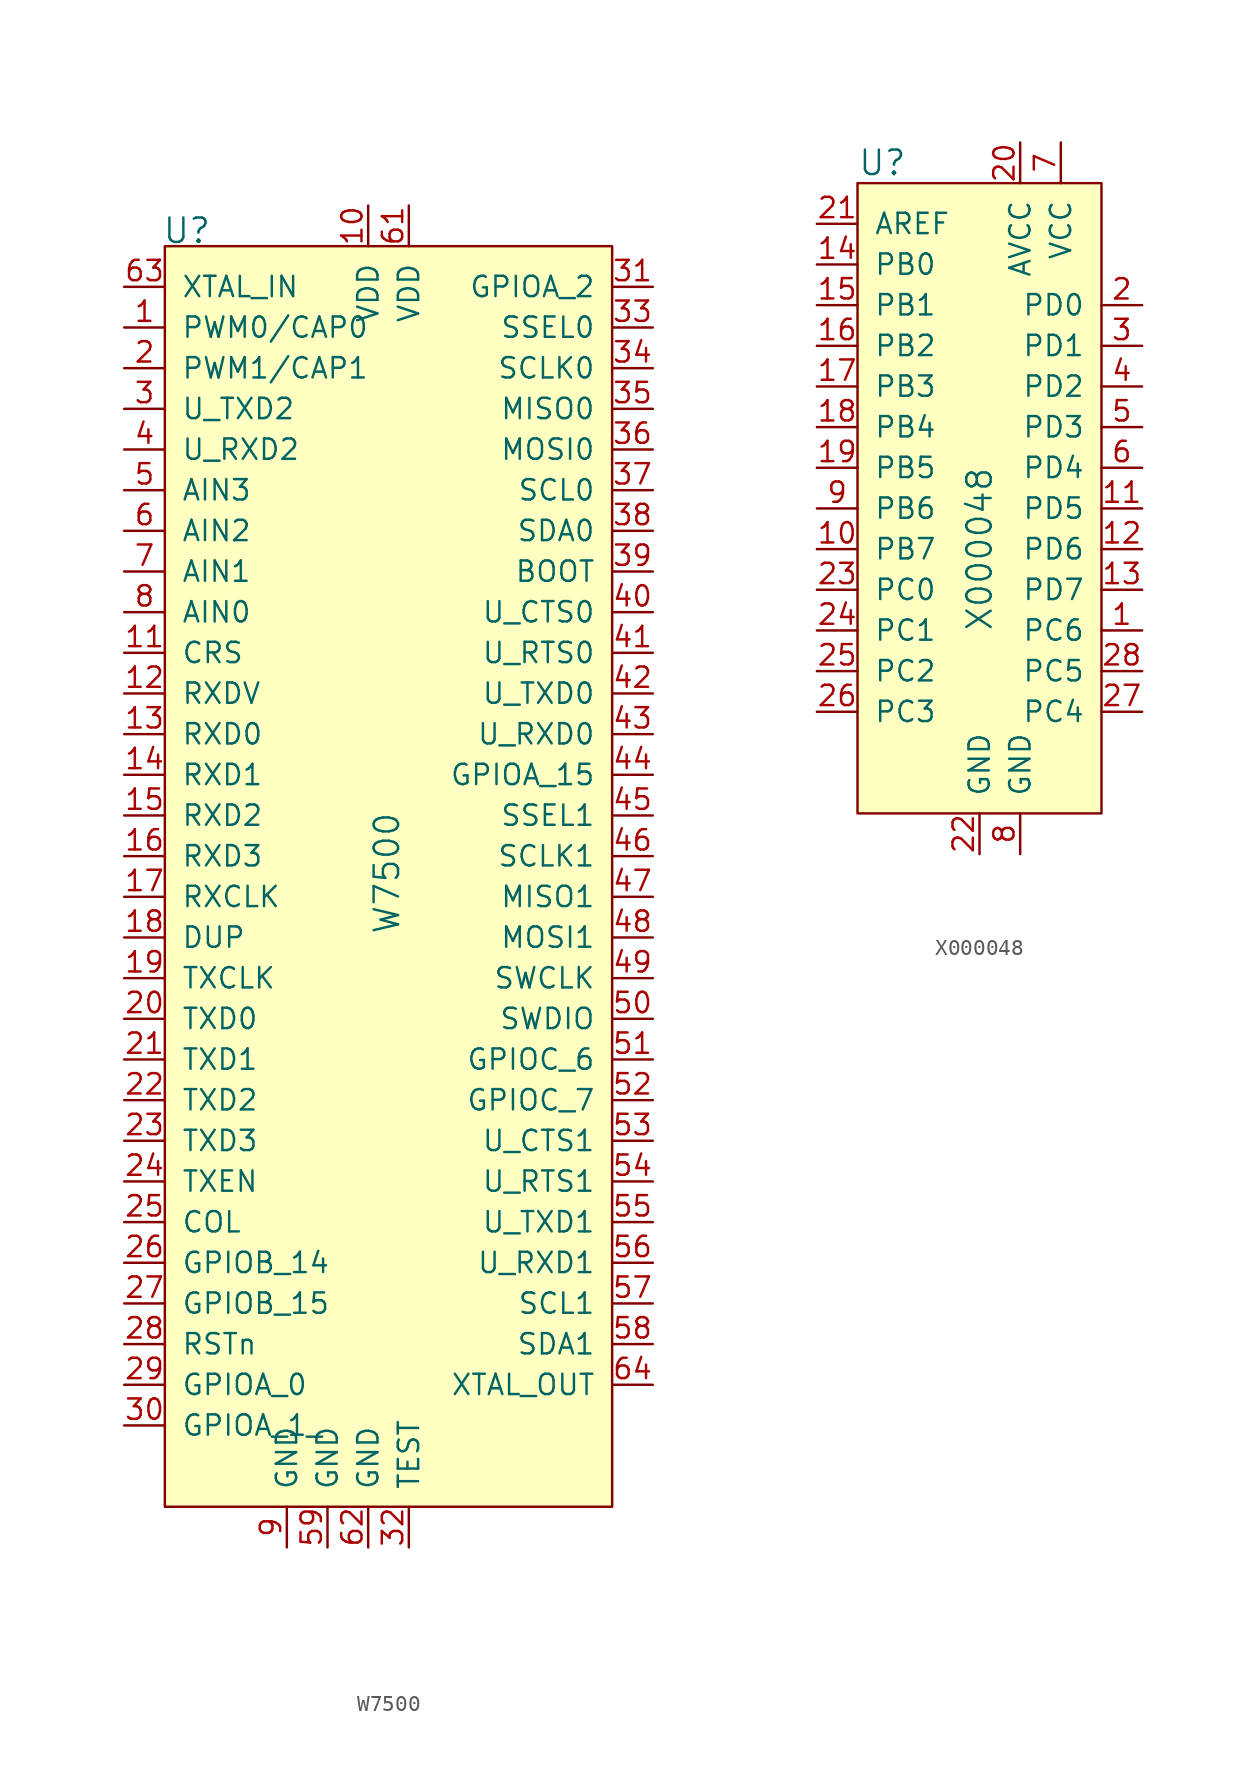
<source format=kicad_sym>
(kicad_symbol_lib
  (version 20220914)
  (generator kicad_symbol_editor)
  (symbol "W7500"
    (pin_names
      (offset 1.016))
    (property "Reference" "U"
      (at -12.878 31.445 0)
      (effects (font (size 1.524 1.524)) (justify left)))
    (property "Value" "W7500"
      (at 1.168 -8.687 90)
      (effects (font (size 1.524 1.524))))
    (symbol "W7500_0_1"
      (rectangle (start -12.7 30.48) (end 15.24 -48.26) (stroke (width 0) (type solid)) (fill (type background))))
    (symbol "W7500_1_1"
      (pin bidirectional line (at -15.24 25.4 0) (length 2.54) (name "PWM0/CAP0" (effects (font (size 1.27 1.27)))) (number "1" (effects (font (size 1.27 1.27)))))
      (pin power_in line (at 0 33.02 270) (length 2.54) (name "VDD" (effects (font (size 1.27 1.27)))) (number "10" (effects (font (size 1.27 1.27)))))
      (pin bidirectional line (at -15.24 5.08 0) (length 2.54) (name "CRS" (effects (font (size 1.27 1.27)))) (number "11" (effects (font (size 1.27 1.27)))))
      (pin bidirectional line (at -15.24 2.54 0) (length 2.54) (name "RXDV" (effects (font (size 1.27 1.27)))) (number "12" (effects (font (size 1.27 1.27)))))
      (pin bidirectional line (at -15.24 0 0) (length 2.54) (name "RXD0" (effects (font (size 1.27 1.27)))) (number "13" (effects (font (size 1.27 1.27)))))
      (pin bidirectional line (at -15.24 -2.54 0) (length 2.54) (name "RXD1" (effects (font (size 1.27 1.27)))) (number "14" (effects (font (size 1.27 1.27)))))
      (pin bidirectional line (at -15.24 -5.08 0) (length 2.54) (name "RXD2" (effects (font (size 1.27 1.27)))) (number "15" (effects (font (size 1.27 1.27)))))
      (pin bidirectional line (at -15.24 -7.62 0) (length 2.54) (name "RXD3" (effects (font (size 1.27 1.27)))) (number "16" (effects (font (size 1.27 1.27)))))
      (pin bidirectional line (at -15.24 -10.16 0) (length 2.54) (name "RXCLK" (effects (font (size 1.27 1.27)))) (number "17" (effects (font (size 1.27 1.27)))))
      (pin bidirectional line (at -15.24 -12.7 0) (length 2.54) (name "DUP" (effects (font (size 1.27 1.27)))) (number "18" (effects (font (size 1.27 1.27)))))
      (pin bidirectional line (at -15.24 -15.24 0) (length 2.54) (name "TXCLK" (effects (font (size 1.27 1.27)))) (number "19" (effects (font (size 1.27 1.27)))))
      (pin bidirectional line (at -15.24 22.86 0) (length 2.54) (name "PWM1/CAP1" (effects (font (size 1.27 1.27)))) (number "2" (effects (font (size 1.27 1.27)))))
      (pin bidirectional line (at -15.24 -17.78 0) (length 2.54) (name "TXD0" (effects (font (size 1.27 1.27)))) (number "20" (effects (font (size 1.27 1.27)))))
      (pin bidirectional line (at -15.24 -20.32 0) (length 2.54) (name "TXD1" (effects (font (size 1.27 1.27)))) (number "21" (effects (font (size 1.27 1.27)))))
      (pin bidirectional line (at -15.24 -22.86 0) (length 2.54) (name "TXD2" (effects (font (size 1.27 1.27)))) (number "22" (effects (font (size 1.27 1.27)))))
      (pin bidirectional line (at -15.24 -25.4 0) (length 2.54) (name "TXD3" (effects (font (size 1.27 1.27)))) (number "23" (effects (font (size 1.27 1.27)))))
      (pin bidirectional line (at -15.24 -27.94 0) (length 2.54) (name "TXEN" (effects (font (size 1.27 1.27)))) (number "24" (effects (font (size 1.27 1.27)))))
      (pin bidirectional line (at -15.24 -30.48 0) (length 2.54) (name "COL" (effects (font (size 1.27 1.27)))) (number "25" (effects (font (size 1.27 1.27)))))
      (pin bidirectional line (at -15.24 -33.02 0) (length 2.54) (name "GPIOB_14" (effects (font (size 1.27 1.27)))) (number "26" (effects (font (size 1.27 1.27)))))
      (pin bidirectional line (at -15.24 -35.56 0) (length 2.54) (name "GPIOB_15" (effects (font (size 1.27 1.27)))) (number "27" (effects (font (size 1.27 1.27)))))
      (pin input line (at -15.24 -38.1 0) (length 2.54) (name "RSTn" (effects (font (size 1.27 1.27)))) (number "28" (effects (font (size 1.27 1.27)))))
      (pin bidirectional line (at -15.24 -40.64 0) (length 2.54) (name "GPIOA_0" (effects (font (size 1.27 1.27)))) (number "29" (effects (font (size 1.27 1.27)))))
      (pin bidirectional line (at -15.24 20.32 0) (length 2.54) (name "U_TXD2" (effects (font (size 1.27 1.27)))) (number "3" (effects (font (size 1.27 1.27)))))
      (pin bidirectional line (at -15.24 -43.18 0) (length 2.54) (name "GPIOA_1_" (effects (font (size 1.27 1.27)))) (number "30" (effects (font (size 1.27 1.27)))))
      (pin bidirectional line (at 17.78 27.94 180) (length 2.54) (name "GPIOA_2" (effects (font (size 1.27 1.27)))) (number "31" (effects (font (size 1.27 1.27)))))
      (pin bidirectional line (at 2.54 -50.8 90) (length 2.54) (name "TEST" (effects (font (size 1.27 1.27)))) (number "32" (effects (font (size 1.27 1.27)))))
      (pin bidirectional line (at 17.78 25.4 180) (length 2.54) (name "SSEL0" (effects (font (size 1.27 1.27)))) (number "33" (effects (font (size 1.27 1.27)))))
      (pin bidirectional line (at 17.78 22.86 180) (length 2.54) (name "SCLK0" (effects (font (size 1.27 1.27)))) (number "34" (effects (font (size 1.27 1.27)))))
      (pin bidirectional line (at 17.78 20.32 180) (length 2.54) (name "MISO0" (effects (font (size 1.27 1.27)))) (number "35" (effects (font (size 1.27 1.27)))))
      (pin bidirectional line (at 17.78 17.78 180) (length 2.54) (name "MOSI0" (effects (font (size 1.27 1.27)))) (number "36" (effects (font (size 1.27 1.27)))))
      (pin bidirectional line (at 17.78 15.24 180) (length 2.54) (name "SCL0" (effects (font (size 1.27 1.27)))) (number "37" (effects (font (size 1.27 1.27)))))
      (pin bidirectional line (at 17.78 12.7 180) (length 2.54) (name "SDA0" (effects (font (size 1.27 1.27)))) (number "38" (effects (font (size 1.27 1.27)))))
      (pin bidirectional line (at 17.78 10.16 180) (length 2.54) (name "BOOT" (effects (font (size 1.27 1.27)))) (number "39" (effects (font (size 1.27 1.27)))))
      (pin bidirectional line (at -15.24 17.78 0) (length 2.54) (name "U_RXD2" (effects (font (size 1.27 1.27)))) (number "4" (effects (font (size 1.27 1.27)))))
      (pin bidirectional line (at 17.78 7.62 180) (length 2.54) (name "U_CTS0" (effects (font (size 1.27 1.27)))) (number "40" (effects (font (size 1.27 1.27)))))
      (pin bidirectional line (at 17.78 5.08 180) (length 2.54) (name "U_RTS0" (effects (font (size 1.27 1.27)))) (number "41" (effects (font (size 1.27 1.27)))))
      (pin bidirectional line (at 17.78 2.54 180) (length 2.54) (name "U_TXD0" (effects (font (size 1.27 1.27)))) (number "42" (effects (font (size 1.27 1.27)))))
      (pin bidirectional line (at 17.78 0 180) (length 2.54) (name "U_RXD0" (effects (font (size 1.27 1.27)))) (number "43" (effects (font (size 1.27 1.27)))))
      (pin bidirectional line (at 17.78 -2.54 180) (length 2.54) (name "GPIOA_15" (effects (font (size 1.27 1.27)))) (number "44" (effects (font (size 1.27 1.27)))))
      (pin bidirectional line (at 17.78 -5.08 180) (length 2.54) (name "SSEL1" (effects (font (size 1.27 1.27)))) (number "45" (effects (font (size 1.27 1.27)))))
      (pin bidirectional line (at 17.78 -7.62 180) (length 2.54) (name "SCLK1" (effects (font (size 1.27 1.27)))) (number "46" (effects (font (size 1.27 1.27)))))
      (pin bidirectional line (at 17.78 -10.16 180) (length 2.54) (name "MISO1" (effects (font (size 1.27 1.27)))) (number "47" (effects (font (size 1.27 1.27)))))
      (pin bidirectional line (at 17.78 -12.7 180) (length 2.54) (name "MOSI1" (effects (font (size 1.27 1.27)))) (number "48" (effects (font (size 1.27 1.27)))))
      (pin bidirectional line (at 17.78 -15.24 180) (length 2.54) (name "SWCLK" (effects (font (size 1.27 1.27)))) (number "49" (effects (font (size 1.27 1.27)))))
      (pin bidirectional line (at -15.24 15.24 0) (length 2.54) (name "AIN3" (effects (font (size 1.27 1.27)))) (number "5" (effects (font (size 1.27 1.27)))))
      (pin bidirectional line (at 17.78 -17.78 180) (length 2.54) (name "SWDIO" (effects (font (size 1.27 1.27)))) (number "50" (effects (font (size 1.27 1.27)))))
      (pin bidirectional line (at 17.78 -20.32 180) (length 2.54) (name "GPIOC_6" (effects (font (size 1.27 1.27)))) (number "51" (effects (font (size 1.27 1.27)))))
      (pin bidirectional line (at 17.78 -22.86 180) (length 2.54) (name "GPIOC_7" (effects (font (size 1.27 1.27)))) (number "52" (effects (font (size 1.27 1.27)))))
      (pin bidirectional line (at 17.78 -25.4 180) (length 2.54) (name "U_CTS1" (effects (font (size 1.27 1.27)))) (number "53" (effects (font (size 1.27 1.27)))))
      (pin bidirectional line (at 17.78 -27.94 180) (length 2.54) (name "U_RTS1" (effects (font (size 1.27 1.27)))) (number "54" (effects (font (size 1.27 1.27)))))
      (pin bidirectional line (at 17.78 -30.48 180) (length 2.54) (name "U_TXD1" (effects (font (size 1.27 1.27)))) (number "55" (effects (font (size 1.27 1.27)))))
      (pin bidirectional line (at 17.78 -33.02 180) (length 2.54) (name "U_RXD1" (effects (font (size 1.27 1.27)))) (number "56" (effects (font (size 1.27 1.27)))))
      (pin bidirectional line (at 17.78 -35.56 180) (length 2.54) (name "SCL1" (effects (font (size 1.27 1.27)))) (number "57" (effects (font (size 1.27 1.27)))))
      (pin bidirectional line (at 17.78 -38.1 180) (length 2.54) (name "SDA1" (effects (font (size 1.27 1.27)))) (number "58" (effects (font (size 1.27 1.27)))))
      (pin power_in line (at -2.54 -50.8 90) (length 2.54) (name "GND" (effects (font (size 1.27 1.27)))) (number "59" (effects (font (size 1.27 1.27)))))
      (pin bidirectional line (at -15.24 12.7 0) (length 2.54) (name "AIN2" (effects (font (size 1.27 1.27)))) (number "6" (effects (font (size 1.27 1.27)))))
      (pin no_connect line (at 15.24 -43.18 180) (length 2.54) hide (name "NC" (effects (font (size 1.27 1.27)))) (number "60" (effects (font (size 1.27 1.27)))))
      (pin power_in line (at 2.54 33.02 270) (length 2.54) (name "VDD" (effects (font (size 1.27 1.27)))) (number "61" (effects (font (size 1.27 1.27)))))
      (pin power_in line (at 0 -50.8 90) (length 2.54) (name "GND" (effects (font (size 1.27 1.27)))) (number "62" (effects (font (size 1.27 1.27)))))
      (pin input line (at -15.24 27.94 0) (length 2.54) (name "XTAL_IN" (effects (font (size 1.27 1.27)))) (number "63" (effects (font (size 1.27 1.27)))))
      (pin output line (at 17.78 -40.64 180) (length 2.54) (name "XTAL_OUT" (effects (font (size 1.27 1.27)))) (number "64" (effects (font (size 1.27 1.27)))))
      (pin bidirectional line (at -15.24 10.16 0) (length 2.54) (name "AIN1" (effects (font (size 1.27 1.27)))) (number "7" (effects (font (size 1.27 1.27)))))
      (pin bidirectional line (at -15.24 7.62 0) (length 2.54) (name "AIN0" (effects (font (size 1.27 1.27)))) (number "8" (effects (font (size 1.27 1.27)))))
      (pin power_in line (at -5.08 -50.8 90) (length 2.54) (name "GND" (effects (font (size 1.27 1.27)))) (number "9" (effects (font (size 1.27 1.27)))))))
  (symbol "X000048"
    (pin_names
      (offset 1.016))
    (property "Reference" "U"
      (at -10.16 19.05 0)
      (effects (font (size 1.524 1.524)) (justify left)))
    (property "Value" "X000048"
      (at -2.54 -5.08 90)
      (effects (font (size 1.524 1.524))))
    (symbol "X000048_0_1"
      (rectangle (start -10.16 17.78) (end 5.08 -21.59) (stroke (width 0) (type solid)) (fill (type background))))
    (symbol "X000048_1_1"
      (pin bidirectional line (at 7.62 -10.16 180) (length 2.54) (name "PC6" (effects (font (size 1.27 1.27)))) (number "1" (effects (font (size 1.27 1.27)))))
      (pin bidirectional line (at -12.7 -5.08 0) (length 2.54) (name "PB7" (effects (font (size 1.27 1.27)))) (number "10" (effects (font (size 1.27 1.27)))))
      (pin bidirectional line (at 7.62 -2.54 180) (length 2.54) (name "PD5" (effects (font (size 1.27 1.27)))) (number "11" (effects (font (size 1.27 1.27)))))
      (pin bidirectional line (at 7.62 -5.08 180) (length 2.54) (name "PD6" (effects (font (size 1.27 1.27)))) (number "12" (effects (font (size 1.27 1.27)))))
      (pin bidirectional line (at 7.62 -7.62 180) (length 2.54) (name "PD7" (effects (font (size 1.27 1.27)))) (number "13" (effects (font (size 1.27 1.27)))))
      (pin bidirectional line (at -12.7 12.7 0) (length 2.54) (name "PB0" (effects (font (size 1.27 1.27)))) (number "14" (effects (font (size 1.27 1.27)))))
      (pin bidirectional line (at -12.7 10.16 0) (length 2.54) (name "PB1" (effects (font (size 1.27 1.27)))) (number "15" (effects (font (size 1.27 1.27)))))
      (pin bidirectional line (at -12.7 7.62 0) (length 2.54) (name "PB2" (effects (font (size 1.27 1.27)))) (number "16" (effects (font (size 1.27 1.27)))))
      (pin bidirectional line (at -12.7 5.08 0) (length 2.54) (name "PB3" (effects (font (size 1.27 1.27)))) (number "17" (effects (font (size 1.27 1.27)))))
      (pin bidirectional line (at -12.7 2.54 0) (length 2.54) (name "PB4" (effects (font (size 1.27 1.27)))) (number "18" (effects (font (size 1.27 1.27)))))
      (pin bidirectional line (at -12.7 0 0) (length 2.54) (name "PB5" (effects (font (size 1.27 1.27)))) (number "19" (effects (font (size 1.27 1.27)))))
      (pin bidirectional line (at 7.62 10.16 180) (length 2.54) (name "PD0" (effects (font (size 1.27 1.27)))) (number "2" (effects (font (size 1.27 1.27)))))
      (pin power_in line (at 0 20.32 270) (length 2.54) (name "AVCC" (effects (font (size 1.27 1.27)))) (number "20" (effects (font (size 1.27 1.27)))))
      (pin input line (at -12.7 15.24 0) (length 2.54) (name "AREF" (effects (font (size 1.27 1.27)))) (number "21" (effects (font (size 1.27 1.27)))))
      (pin power_in line (at -2.54 -24.13 90) (length 2.54) (name "GND" (effects (font (size 1.27 1.27)))) (number "22" (effects (font (size 1.27 1.27)))))
      (pin bidirectional line (at -12.7 -7.62 0) (length 2.54) (name "PC0" (effects (font (size 1.27 1.27)))) (number "23" (effects (font (size 1.27 1.27)))))
      (pin bidirectional line (at -12.7 -10.16 0) (length 2.54) (name "PC1" (effects (font (size 1.27 1.27)))) (number "24" (effects (font (size 1.27 1.27)))))
      (pin bidirectional line (at -12.7 -12.7 0) (length 2.54) (name "PC2" (effects (font (size 1.27 1.27)))) (number "25" (effects (font (size 1.27 1.27)))))
      (pin bidirectional line (at -12.7 -15.24 0) (length 2.54) (name "PC3" (effects (font (size 1.27 1.27)))) (number "26" (effects (font (size 1.27 1.27)))))
      (pin bidirectional line (at 7.62 -15.24 180) (length 2.54) (name "PC4" (effects (font (size 1.27 1.27)))) (number "27" (effects (font (size 1.27 1.27)))))
      (pin bidirectional line (at 7.62 -12.7 180) (length 2.54) (name "PC5" (effects (font (size 1.27 1.27)))) (number "28" (effects (font (size 1.27 1.27)))))
      (pin bidirectional line (at 7.62 7.62 180) (length 2.54) (name "PD1" (effects (font (size 1.27 1.27)))) (number "3" (effects (font (size 1.27 1.27)))))
      (pin bidirectional line (at 7.62 5.08 180) (length 2.54) (name "PD2" (effects (font (size 1.27 1.27)))) (number "4" (effects (font (size 1.27 1.27)))))
      (pin bidirectional line (at 7.62 2.54 180) (length 2.54) (name "PD3" (effects (font (size 1.27 1.27)))) (number "5" (effects (font (size 1.27 1.27)))))
      (pin bidirectional line (at 7.62 0 180) (length 2.54) (name "PD4" (effects (font (size 1.27 1.27)))) (number "6" (effects (font (size 1.27 1.27)))))
      (pin power_in line (at 2.54 20.32 270) (length 2.54) (name "VCC" (effects (font (size 1.27 1.27)))) (number "7" (effects (font (size 1.27 1.27)))))
      (pin power_in line (at 0 -24.13 90) (length 2.54) (name "GND" (effects (font (size 1.27 1.27)))) (number "8" (effects (font (size 1.27 1.27)))))
      (pin bidirectional line (at -12.7 -2.54 0) (length 2.54) (name "PB6" (effects (font (size 1.27 1.27)))) (number "9" (effects (font (size 1.27 1.27))))))))
</source>
